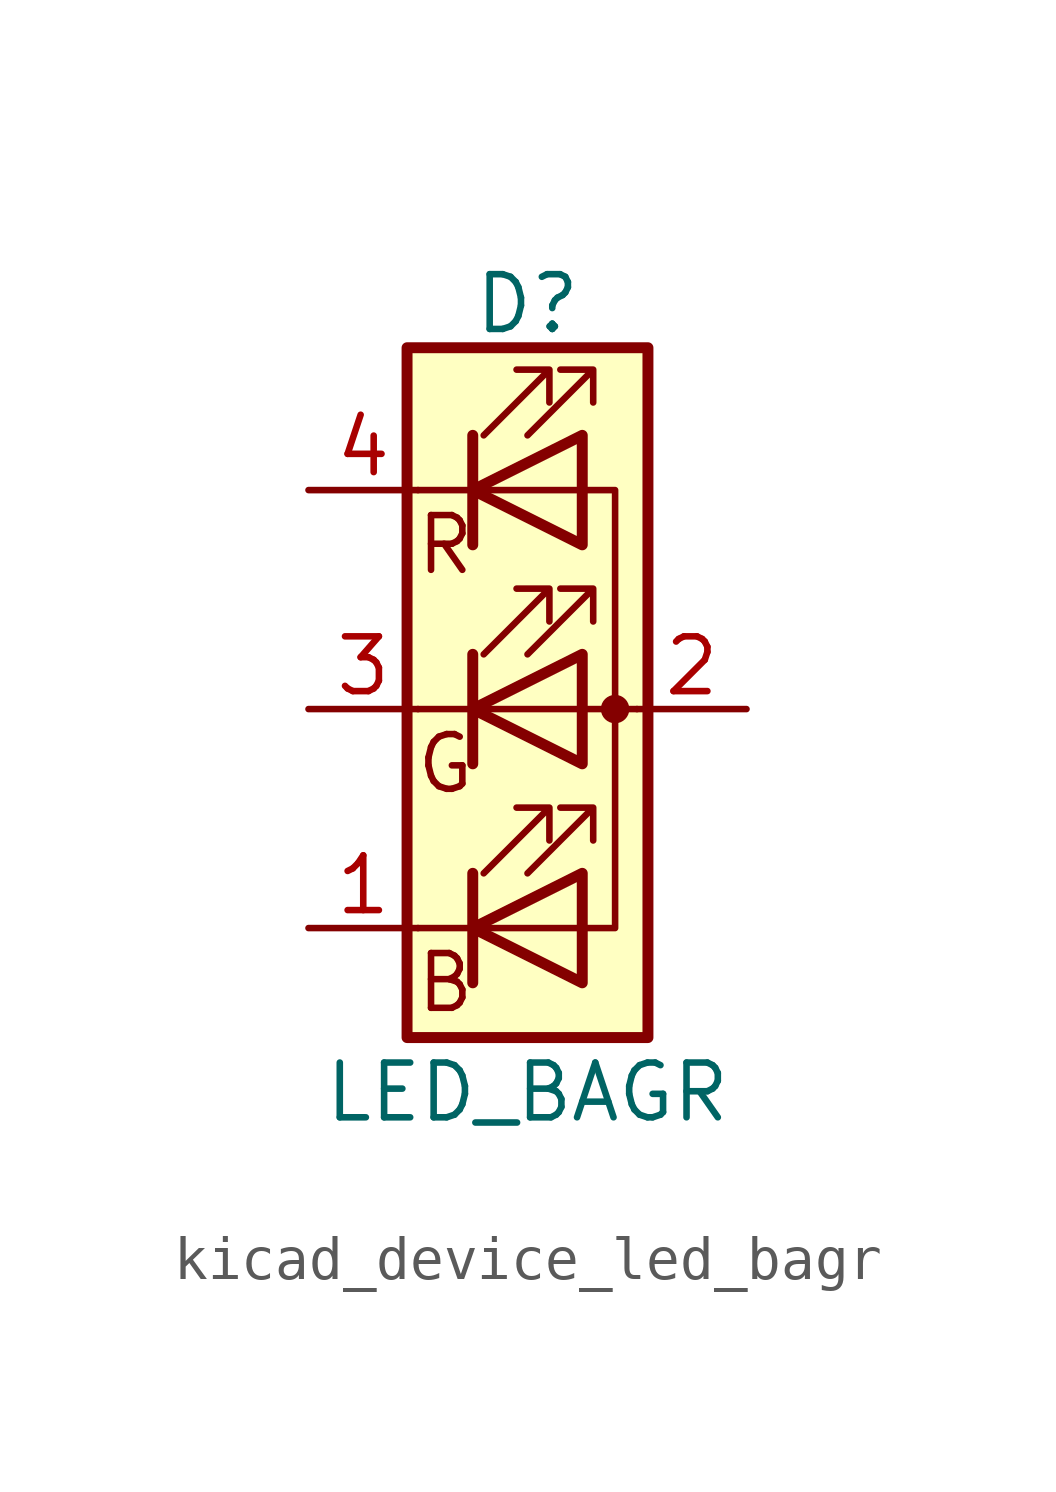
<source format=kicad_sym>
(kicad_symbol_lib
  (version 20220914)
  (generator kicad_symbol_editor)
  (symbol "kicad_device_led_bagr"
    (pin_names
      (offset 0) hide)
    (property "Reference" "D"
      (at 0 9.398 0)
      (effects (font (size 1.27 1.27))))
    (property "Value" "LED_BAGR"
      (at 0 -8.89 0)
      (effects (font (size 1.27 1.27))))
    (symbol "kicad_device_led_bagr_0_0"
      (text "B" (at -1.905 -6.35 0) (effects (font (size 1.27 1.27))))
      (text "G" (at -1.905 -1.27 0) (effects (font (size 1.27 1.27))))
      (text "R" (at -1.905 3.81 0) (effects (font (size 1.27 1.27)))))
    (symbol "kicad_device_led_bagr_0_1"
      (polyline (pts (xy -1.27 -5.08) (xy -2.54 -5.08)) (stroke (width 0) (type default)) (fill (type none)))
      (polyline (pts (xy -1.27 -5.08) (xy 1.27 -5.08)) (stroke (width 0) (type default)) (fill (type none)))
      (polyline (pts (xy -1.27 -3.81) (xy -1.27 -6.35)) (stroke (width 0.254) (type default)) (fill (type none)))
      (polyline (pts (xy -1.27 0) (xy -2.54 0)) (stroke (width 0) (type default)) (fill (type none)))
      (polyline (pts (xy -1.27 1.27) (xy -1.27 -1.27)) (stroke (width 0.254) (type default)) (fill (type none)))
      (polyline (pts (xy -1.27 5.08) (xy -2.54 5.08)) (stroke (width 0) (type default)) (fill (type none)))
      (polyline (pts (xy -1.27 5.08) (xy 1.27 5.08)) (stroke (width 0) (type default)) (fill (type none)))
      (polyline (pts (xy -1.27 6.35) (xy -1.27 3.81)) (stroke (width 0.254) (type default)) (fill (type none)))
      (polyline (pts (xy 1.27 0) (xy -1.27 0)) (stroke (width 0) (type default)) (fill (type none)))
      (polyline (pts (xy 1.27 0) (xy 2.54 0)) (stroke (width 0) (type default)) (fill (type none)))
      (polyline (pts (xy -1.27 1.27) (xy -1.27 -1.27) (xy -1.27 -1.27)) (stroke (width 0) (type default)) (fill (type none)))
      (polyline (pts (xy -1.27 6.35) (xy -1.27 3.81) (xy -1.27 3.81)) (stroke (width 0) (type default)) (fill (type none)))
      (polyline (pts (xy 1.27 -5.08) (xy 2.032 -5.08) (xy 2.032 5.08) (xy 1.27 5.08)) (stroke (width 0) (type default)) (fill (type none)))
      (polyline (pts (xy 1.27 -3.81) (xy 1.27 -6.35) (xy -1.27 -5.08) (xy 1.27 -3.81)) (stroke (width 0.254) (type default)) (fill (type none)))
      (polyline (pts (xy 1.27 1.27) (xy 1.27 -1.27) (xy -1.27 0) (xy 1.27 1.27)) (stroke (width 0.254) (type default)) (fill (type none)))
      (polyline (pts (xy 1.27 6.35) (xy 1.27 3.81) (xy -1.27 5.08) (xy 1.27 6.35)) (stroke (width 0.254) (type default)) (fill (type none)))
      (polyline (pts (xy -1.016 -3.81) (xy 0.508 -2.286) (xy -0.254 -2.286) (xy 0.508 -2.286) (xy 0.508 -3.048)) (stroke (width 0) (type default)) (fill (type none)))
      (polyline (pts (xy -1.016 1.27) (xy 0.508 2.794) (xy -0.254 2.794) (xy 0.508 2.794) (xy 0.508 2.032)) (stroke (width 0) (type default)) (fill (type none)))
      (polyline (pts (xy -1.016 6.35) (xy 0.508 7.874) (xy -0.254 7.874) (xy 0.508 7.874) (xy 0.508 7.112)) (stroke (width 0) (type default)) (fill (type none)))
      (polyline (pts (xy 0 -3.81) (xy 1.524 -2.286) (xy 0.762 -2.286) (xy 1.524 -2.286) (xy 1.524 -3.048)) (stroke (width 0) (type default)) (fill (type none)))
      (polyline (pts (xy 0 1.27) (xy 1.524 2.794) (xy 0.762 2.794) (xy 1.524 2.794) (xy 1.524 2.032)) (stroke (width 0) (type default)) (fill (type none)))
      (polyline (pts (xy 0 6.35) (xy 1.524 7.874) (xy 0.762 7.874) (xy 1.524 7.874) (xy 1.524 7.112)) (stroke (width 0) (type default)) (fill (type none)))
      (rectangle (start 1.27 -1.27) (end 1.27 1.27) (stroke (width 0) (type default)) (fill (type none)))
      (rectangle (start 1.27 1.27) (end 1.27 1.27) (stroke (width 0) (type default)) (fill (type none)))
      (rectangle (start 1.27 3.81) (end 1.27 6.35) (stroke (width 0) (type default)) (fill (type none)))
      (rectangle (start 1.27 6.35) (end 1.27 6.35) (stroke (width 0) (type default)) (fill (type none)))
      (circle (center 2.032 0) (radius 0.254) (stroke (width 0) (type default)) (fill (type outline)))
      (rectangle (start 2.794 8.382) (end -2.794 -7.62) (stroke (width 0.254) (type default)) (fill (type background))))
    (symbol "kicad_device_led_bagr_1_1"
      (pin passive line (at -5.08 -5.08 0) (length 2.54) (name "BK" (effects (font (size 1.27 1.27)))) (number "1" (effects (font (size 1.27 1.27)))))
      (pin passive line (at 5.08 0 180) (length 2.54) (name "A" (effects (font (size 1.27 1.27)))) (number "2" (effects (font (size 1.27 1.27)))))
      (pin passive line (at -5.08 0 0) (length 2.54) (name "GK" (effects (font (size 1.27 1.27)))) (number "3" (effects (font (size 1.27 1.27)))))
      (pin passive line (at -5.08 5.08 0) (length 2.54) (name "RK" (effects (font (size 1.27 1.27)))) (number "4" (effects (font (size 1.27 1.27))))))))
</source>
